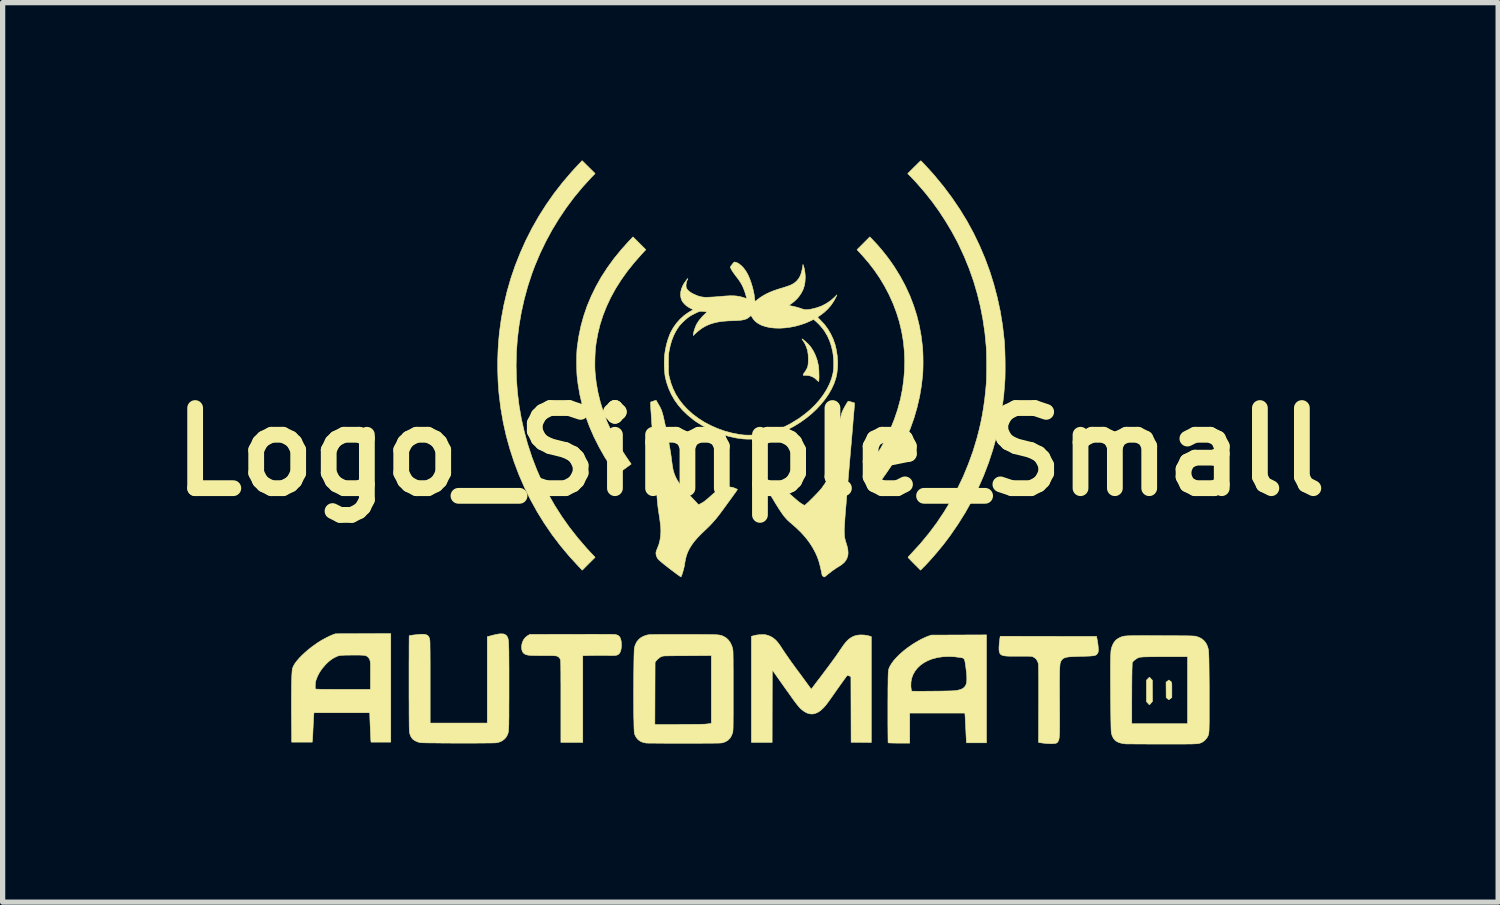
<source format=kicad_pcb>
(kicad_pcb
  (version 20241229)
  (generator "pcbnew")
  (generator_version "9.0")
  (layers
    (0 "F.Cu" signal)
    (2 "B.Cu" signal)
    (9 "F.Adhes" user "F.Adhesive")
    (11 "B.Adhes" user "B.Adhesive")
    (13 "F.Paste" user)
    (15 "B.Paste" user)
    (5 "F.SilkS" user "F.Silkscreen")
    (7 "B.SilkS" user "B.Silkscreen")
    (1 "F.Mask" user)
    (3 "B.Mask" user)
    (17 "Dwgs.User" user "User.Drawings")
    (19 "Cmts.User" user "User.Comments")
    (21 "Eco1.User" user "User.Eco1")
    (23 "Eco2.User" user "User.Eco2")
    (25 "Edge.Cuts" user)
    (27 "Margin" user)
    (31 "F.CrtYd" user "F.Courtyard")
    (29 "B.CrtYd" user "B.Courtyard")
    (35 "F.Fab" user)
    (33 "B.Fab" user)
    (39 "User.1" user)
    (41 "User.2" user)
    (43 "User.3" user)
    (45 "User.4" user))
  (footprint "Logo_Simple_Small"
    (layer "F.Cu")
    (at 11.22 5.544)
    (property "Reference" "Logo_Simple_Small" (at 0 0 0) (layer "F.SilkS") (effects (font (size 1.524 1.524) (thickness 0.3))))
    (attr through_hole)
    (fp_poly (pts (xy 7.644 4.343) (xy 7.645 4.543) (xy 7.646 4.744) (xy 7.619 4.775) (xy 7.605 4.791) (xy 7.594 4.803) (xy 7.588 4.807) (xy 7.581 4.803) (xy 7.57 4.791) (xy 7.557 4.777) (xy 7.531 4.748) (xy 7.531 4.34) (xy 7.56 4.311) (xy 7.589 4.283) (xy 7.644 4.343)) (stroke (width 0.01) (type solid)) (fill yes) (layer "F.SilkS"))
    (fp_poly (pts (xy 7.975 4.35) (xy 7.987 4.359) (xy 7.997 4.366) (xy 8.003 4.374) (xy 8.008 4.383) (xy 8.011 4.396) (xy 8.013 4.415) (xy 8.014 4.441) (xy 8.014 4.475) (xy 8.014 4.521) (xy 8.014 4.671) (xy 7.987 4.691) (xy 7.971 4.703) (xy 7.96 4.71) (xy 7.956 4.712) (xy 7.95 4.708) (xy 7.937 4.698) (xy 7.929 4.691) (xy 7.906 4.67) (xy 7.905 4.524) (xy 7.904 4.378) (xy 7.931 4.358) (xy 7.958 4.337) (xy 7.975 4.35)) (stroke (width 0.01) (type solid)) (fill yes) (layer "F.SilkS"))
    (fp_poly (pts (xy 0.988 -2.146) (xy 1.002 -2.137) (xy 1.02 -2.123) (xy 1.04 -2.106) (xy 1.062 -2.086) (xy 1.084 -2.066) (xy 1.09 -2.061) (xy 1.147 -1.996) (xy 1.196 -1.921) (xy 1.236 -1.838) (xy 1.269 -1.747) (xy 1.292 -1.648) (xy 1.293 -1.643) (xy 1.297 -1.619) (xy 1.299 -1.587) (xy 1.302 -1.551) (xy 1.303 -1.511) (xy 1.304 -1.472) (xy 1.305 -1.433) (xy 1.304 -1.399) (xy 1.303 -1.371) (xy 1.301 -1.351) (xy 1.299 -1.341) (xy 1.299 -1.34) (xy 1.291 -1.341) (xy 1.277 -1.353) (xy 1.262 -1.368) (xy 1.222 -1.404) (xy 1.175 -1.431) (xy 1.123 -1.449) (xy 1.068 -1.456) (xy 1.038 -1.456) (xy 1.018 -1.455) (xy 1.008 -1.456) (xy 1.004 -1.461) (xy 1.003 -1.466) (xy 1.007 -1.477) (xy 1.016 -1.494) (xy 1.03 -1.514) (xy 1.031 -1.515) (xy 1.053 -1.547) (xy 1.07 -1.576) (xy 1.083 -1.603) (xy 1.092 -1.632) (xy 1.097 -1.665) (xy 1.1 -1.704) (xy 1.101 -1.753) (xy 1.101 -1.772) (xy 1.098 -1.854) (xy 1.086 -1.928) (xy 1.065 -1.996) (xy 1.035 -2.061) (xy 1.012 -2.099) (xy 0.999 -2.119) (xy 0.988 -2.136) (xy 0.982 -2.146) (xy 0.982 -2.146) (xy 0.981 -2.15) (xy 0.988 -2.146)) (stroke (width 0.01) (type solid)) (fill yes) (layer "F.SilkS"))
    (fp_poly (pts (xy -3.077 -5.417) (xy -2.953 -5.294) (xy -3.025 -5.22) (xy -3.193 -5.036) (xy -3.352 -4.844) (xy -3.502 -4.643) (xy -3.642 -4.435) (xy -3.773 -4.22) (xy -3.892 -3.999) (xy -4.001 -3.773) (xy -4.099 -3.541) (xy -4.156 -3.389) (xy -4.235 -3.147) (xy -4.302 -2.901) (xy -4.357 -2.653) (xy -4.4 -2.403) (xy -4.431 -2.152) (xy -4.449 -1.899) (xy -4.455 -1.646) (xy -4.449 -1.392) (xy -4.431 -1.139) (xy -4.4 -0.887) (xy -4.357 -0.636) (xy -4.301 -0.388) (xy -4.234 -0.141) (xy -4.232 -0.137) (xy -4.153 0.105) (xy -4.062 0.341) (xy -3.96 0.571) (xy -3.847 0.796) (xy -3.723 1.015) (xy -3.587 1.228) (xy -3.44 1.436) (xy -3.281 1.638) (xy -3.111 1.835) (xy -3.031 1.922) (xy -2.953 2.004) (xy -3.076 2.126) (xy -3.198 2.249) (xy -3.264 2.18) (xy -3.443 1.985) (xy -3.612 1.783) (xy -3.771 1.574) (xy -3.919 1.358) (xy -4.056 1.136) (xy -4.182 0.908) (xy -4.297 0.675) (xy -4.401 0.436) (xy -4.493 0.193) (xy -4.574 -0.056) (xy -4.644 -0.308) (xy -4.701 -0.564) (xy -4.746 -0.824) (xy -4.779 -1.087) (xy -4.784 -1.14) (xy -4.798 -1.333) (xy -4.805 -1.533) (xy -4.806 -1.736) (xy -4.799 -1.94) (xy -4.785 -2.14) (xy -4.772 -2.28) (xy -4.736 -2.539) (xy -4.688 -2.796) (xy -4.628 -3.05) (xy -4.556 -3.3) (xy -4.472 -3.546) (xy -4.376 -3.787) (xy -4.27 -4.024) (xy -4.152 -4.256) (xy -4.023 -4.483) (xy -3.883 -4.703) (xy -3.732 -4.918) (xy -3.571 -5.125) (xy -3.399 -5.326) (xy -3.272 -5.464) (xy -3.2 -5.539) (xy -3.077 -5.417)) (stroke (width 0.01) (type solid)) (fill yes) (layer "F.SilkS"))
    (fp_poly (pts (xy 2.337 -4.021) (xy 2.418 -3.934) (xy 2.501 -3.837) (xy 2.583 -3.735) (xy 2.66 -3.631) (xy 2.732 -3.527) (xy 2.74 -3.515) (xy 2.849 -3.338) (xy 2.946 -3.157) (xy 3.031 -2.973) (xy 3.103 -2.785) (xy 3.164 -2.594) (xy 3.212 -2.399) (xy 3.248 -2.199) (xy 3.273 -1.995) (xy 3.273 -1.99) (xy 3.277 -1.939) (xy 3.28 -1.878) (xy 3.282 -1.812) (xy 3.283 -1.741) (xy 3.283 -1.671) (xy 3.282 -1.603) (xy 3.28 -1.54) (xy 3.277 -1.487) (xy 3.276 -1.473) (xy 3.253 -1.264) (xy 3.218 -1.056) (xy 3.17 -0.849) (xy 3.111 -0.644) (xy 3.039 -0.442) (xy 2.955 -0.243) (xy 2.859 -0.048) (xy 2.752 0.144) (xy 2.679 0.263) (xy 2.658 0.295) (xy 2.632 0.333) (xy 2.605 0.373) (xy 2.577 0.413) (xy 2.55 0.452) (xy 2.525 0.486) (xy 2.504 0.515) (xy 2.491 0.532) (xy 2.48 0.546) (xy 2.356 0.45) (xy 2.321 0.423) (xy 2.289 0.398) (xy 2.261 0.376) (xy 2.239 0.359) (xy 2.225 0.347) (xy 2.22 0.343) (xy 2.215 0.338) (xy 2.214 0.332) (xy 2.216 0.325) (xy 2.223 0.313) (xy 2.235 0.295) (xy 2.254 0.269) (xy 2.259 0.262) (xy 2.374 0.096) (xy 2.48 -0.076) (xy 2.576 -0.253) (xy 2.662 -0.434) (xy 2.736 -0.619) (xy 2.799 -0.804) (xy 2.85 -0.991) (xy 2.855 -1.013) (xy 2.89 -1.189) (xy 2.915 -1.37) (xy 2.93 -1.552) (xy 2.934 -1.733) (xy 2.927 -1.912) (xy 2.91 -2.087) (xy 2.908 -2.102) (xy 2.876 -2.29) (xy 2.833 -2.472) (xy 2.778 -2.65) (xy 2.712 -2.824) (xy 2.633 -2.998) (xy 2.632 -3) (xy 2.549 -3.157) (xy 2.459 -3.307) (xy 2.36 -3.452) (xy 2.251 -3.594) (xy 2.131 -3.733) (xy 2.092 -3.776) (xy 2.027 -3.846) (xy 2.149 -3.968) (xy 2.271 -4.09) (xy 2.337 -4.021)) (stroke (width 0.01) (type solid)) (fill yes) (layer "F.SilkS"))
    (fp_poly (pts (xy -2.956 3.467) (xy -2.874 3.468) (xy -2.803 3.468) (xy -2.742 3.468) (xy -2.691 3.469) (xy -2.649 3.469) (xy -2.615 3.47) (xy -2.591 3.471) (xy -2.574 3.472) (xy -2.564 3.473) (xy -2.564 3.473) (xy -2.528 3.484) (xy -2.501 3.501) (xy -2.481 3.526) (xy -2.467 3.559) (xy -2.457 3.603) (xy -2.456 3.613) (xy -2.452 3.666) (xy -2.454 3.717) (xy -2.462 3.762) (xy -2.474 3.801) (xy -2.49 3.83) (xy -2.507 3.847) (xy -2.522 3.856) (xy -2.539 3.864) (xy -2.56 3.868) (xy -2.586 3.871) (xy -2.62 3.872) (xy -2.663 3.872) (xy -2.701 3.87) (xy -2.741 3.869) (xy -2.791 3.869) (xy -2.846 3.869) (xy -2.904 3.869) (xy -2.962 3.87) (xy -3.004 3.87) (xy -3.188 3.875) (xy -3.188 5.524) (xy -3.604 5.524) (xy -3.604 4.751) (xy -3.604 4.629) (xy -3.604 4.519) (xy -3.604 4.421) (xy -3.605 4.334) (xy -3.605 4.257) (xy -3.605 4.191) (xy -3.606 4.133) (xy -3.606 4.085) (xy -3.607 4.045) (xy -3.608 4.013) (xy -3.609 3.988) (xy -3.61 3.97) (xy -3.611 3.958) (xy -3.612 3.952) (xy -3.628 3.92) (xy -3.653 3.895) (xy -3.686 3.88) (xy -3.687 3.88) (xy -3.702 3.878) (xy -3.724 3.876) (xy -3.756 3.874) (xy -3.798 3.873) (xy -3.85 3.873) (xy -3.915 3.873) (xy -3.941 3.873) (xy -4.013 3.873) (xy -4.074 3.872) (xy -4.125 3.871) (xy -4.166 3.87) (xy -4.2 3.867) (xy -4.228 3.864) (xy -4.25 3.859) (xy -4.269 3.854) (xy -4.285 3.847) (xy -4.285 3.847) (xy -4.315 3.826) (xy -4.336 3.796) (xy -4.348 3.757) (xy -4.352 3.709) (xy -4.349 3.672) (xy -4.336 3.618) (xy -4.313 3.57) (xy -4.28 3.528) (xy -4.238 3.495) (xy -4.228 3.489) (xy -4.194 3.47) (xy -3.396 3.468) (xy -3.268 3.468) (xy -3.152 3.468) (xy -3.048 3.467) (xy -2.956 3.467)) (stroke (width 0.01) (type solid)) (fill yes) (layer "F.SilkS"))
    (fp_poly (pts (xy -2.111 -3.968) (xy -1.989 -3.846) (xy -2.072 -3.757) (xy -2.213 -3.596) (xy -2.343 -3.434) (xy -2.459 -3.271) (xy -2.564 -3.105) (xy -2.656 -2.937) (xy -2.736 -2.767) (xy -2.804 -2.595) (xy -2.86 -2.419) (xy -2.903 -2.242) (xy -2.935 -2.061) (xy -2.943 -2) (xy -2.948 -1.949) (xy -2.952 -1.889) (xy -2.955 -1.823) (xy -2.957 -1.753) (xy -2.958 -1.683) (xy -2.958 -1.616) (xy -2.956 -1.556) (xy -2.953 -1.511) (xy -2.933 -1.323) (xy -2.9 -1.136) (xy -2.855 -0.95) (xy -2.798 -0.766) (xy -2.729 -0.582) (xy -2.647 -0.4) (xy -2.553 -0.218) (xy -2.446 -0.036) (xy -2.373 0.076) (xy -2.351 0.108) (xy -2.33 0.14) (xy -2.311 0.167) (xy -2.296 0.189) (xy -2.291 0.196) (xy -2.278 0.213) (xy -2.27 0.226) (xy -2.268 0.231) (xy -2.273 0.235) (xy -2.288 0.246) (xy -2.31 0.262) (xy -2.338 0.282) (xy -2.37 0.306) (xy -2.402 0.329) (xy -2.439 0.356) (xy -2.471 0.38) (xy -2.5 0.4) (xy -2.522 0.415) (xy -2.537 0.425) (xy -2.542 0.429) (xy -2.551 0.426) (xy -2.56 0.417) (xy -2.566 0.408) (xy -2.579 0.39) (xy -2.596 0.365) (xy -2.616 0.335) (xy -2.639 0.302) (xy -2.643 0.295) (xy -2.767 0.103) (xy -2.877 -0.091) (xy -2.976 -0.288) (xy -3.062 -0.485) (xy -3.135 -0.685) (xy -3.196 -0.887) (xy -3.244 -1.09) (xy -3.279 -1.296) (xy -3.293 -1.407) (xy -3.298 -1.458) (xy -3.301 -1.519) (xy -3.303 -1.587) (xy -3.305 -1.658) (xy -3.305 -1.732) (xy -3.304 -1.803) (xy -3.302 -1.871) (xy -3.299 -1.932) (xy -3.295 -1.983) (xy -3.294 -1.991) (xy -3.265 -2.191) (xy -3.224 -2.389) (xy -3.171 -2.583) (xy -3.106 -2.773) (xy -3.028 -2.96) (xy -2.938 -3.144) (xy -2.837 -3.324) (xy -2.722 -3.501) (xy -2.596 -3.675) (xy -2.457 -3.845) (xy -2.313 -4.006) (xy -2.233 -4.09) (xy -2.111 -3.968)) (stroke (width 0.01) (type solid)) (fill yes) (layer "F.SilkS"))
    (fp_poly (pts (xy 0.263 3.474) (xy 0.284 3.476) (xy 0.305 3.481) (xy 0.327 3.487) (xy 0.381 3.507) (xy 0.431 3.537) (xy 0.479 3.576) (xy 0.524 3.626) (xy 0.569 3.688) (xy 0.578 3.702) (xy 0.619 3.766) (xy 0.667 3.837) (xy 0.72 3.913) (xy 0.775 3.992) (xy 0.832 4.07) (xy 0.862 4.112) (xy 0.897 4.158) (xy 0.936 4.211) (xy 0.977 4.266) (xy 1.016 4.32) (xy 1.052 4.368) (xy 1.059 4.379) (xy 1.157 4.512) (xy 1.282 4.347) (xy 1.344 4.266) (xy 1.398 4.194) (xy 1.446 4.13) (xy 1.488 4.074) (xy 1.525 4.024) (xy 1.558 3.979) (xy 1.587 3.939) (xy 1.613 3.903) (xy 1.637 3.869) (xy 1.659 3.837) (xy 1.681 3.806) (xy 1.701 3.775) (xy 1.723 3.743) (xy 1.731 3.731) (xy 1.778 3.664) (xy 1.823 3.608) (xy 1.868 3.564) (xy 1.915 3.53) (xy 1.963 3.505) (xy 2.014 3.489) (xy 2.069 3.481) (xy 2.105 3.48) (xy 2.162 3.482) (xy 2.213 3.489) (xy 2.265 3.502) (xy 2.299 3.512) (xy 2.299 5.525) (xy 2.107 5.523) (xy 1.915 5.521) (xy 1.911 4.273) (xy 1.882 4.261) (xy 1.864 4.253) (xy 1.849 4.249) (xy 1.845 4.248) (xy 1.841 4.251) (xy 1.833 4.26) (xy 1.821 4.276) (xy 1.804 4.299) (xy 1.782 4.329) (xy 1.755 4.367) (xy 1.722 4.413) (xy 1.683 4.467) (xy 1.638 4.531) (xy 1.587 4.604) (xy 1.529 4.686) (xy 1.477 4.759) (xy 1.436 4.813) (xy 1.393 4.862) (xy 1.35 4.903) (xy 1.308 4.936) (xy 1.274 4.956) (xy 1.224 4.976) (xy 1.175 4.984) (xy 1.126 4.98) (xy 1.077 4.965) (xy 1.026 4.938) (xy 0.975 4.9) (xy 0.962 4.888) (xy 0.948 4.875) (xy 0.933 4.859) (xy 0.917 4.84) (xy 0.898 4.818) (xy 0.876 4.79) (xy 0.851 4.757) (xy 0.822 4.718) (xy 0.789 4.672) (xy 0.75 4.617) (xy 0.705 4.554) (xy 0.653 4.482) (xy 0.641 4.464) (xy 0.416 4.146) (xy 0.414 4.835) (xy 0.413 5.524) (xy 0.019 5.524) (xy 0.019 3.507) (xy 0.071 3.492) (xy 0.117 3.482) (xy 0.171 3.476) (xy 0.201 3.475) (xy 0.236 3.474) (xy 0.263 3.474)) (stroke (width 0.01) (type solid)) (fill yes) (layer "F.SilkS"))
    (fp_poly (pts (xy 3.245 -5.533) (xy 3.258 -5.52) (xy 3.278 -5.5) (xy 3.302 -5.475) (xy 3.329 -5.446) (xy 3.359 -5.413) (xy 3.391 -5.379) (xy 3.422 -5.344) (xy 3.453 -5.31) (xy 3.481 -5.279) (xy 3.505 -5.251) (xy 3.675 -5.044) (xy 3.834 -4.831) (xy 3.982 -4.613) (xy 4.119 -4.389) (xy 4.244 -4.159) (xy 4.357 -3.924) (xy 4.459 -3.684) (xy 4.55 -3.439) (xy 4.628 -3.189) (xy 4.695 -2.934) (xy 4.751 -2.675) (xy 4.794 -2.411) (xy 4.825 -2.143) (xy 4.83 -2.095) (xy 4.833 -2.046) (xy 4.836 -1.986) (xy 4.839 -1.918) (xy 4.841 -1.845) (xy 4.843 -1.767) (xy 4.844 -1.688) (xy 4.844 -1.61) (xy 4.844 -1.535) (xy 4.843 -1.465) (xy 4.842 -1.403) (xy 4.839 -1.351) (xy 4.839 -1.348) (xy 4.818 -1.08) (xy 4.784 -0.816) (xy 4.739 -0.556) (xy 4.681 -0.299) (xy 4.611 -0.046) (xy 4.53 0.202) (xy 4.437 0.446) (xy 4.332 0.686) (xy 4.216 0.92) (xy 4.088 1.149) (xy 3.948 1.373) (xy 3.798 1.591) (xy 3.715 1.702) (xy 3.667 1.764) (xy 3.613 1.83) (xy 3.557 1.898) (xy 3.499 1.966) (xy 3.442 2.031) (xy 3.386 2.093) (xy 3.335 2.148) (xy 3.288 2.195) (xy 3.282 2.202) (xy 3.235 2.248) (xy 3.116 2.129) (xy 3.084 2.097) (xy 3.056 2.068) (xy 3.032 2.043) (xy 3.013 2.023) (xy 3.001 2.01) (xy 2.997 2.004) (xy 3.001 1.998) (xy 3.013 1.984) (xy 3.03 1.965) (xy 3.051 1.943) (xy 3.057 1.936) (xy 3.23 1.747) (xy 3.392 1.551) (xy 3.545 1.347) (xy 3.686 1.136) (xy 3.817 0.919) (xy 3.938 0.696) (xy 4.047 0.467) (xy 4.144 0.232) (xy 4.231 -0.007) (xy 4.305 -0.251) (xy 4.344 -0.401) (xy 4.379 -0.55) (xy 4.409 -0.699) (xy 4.434 -0.851) (xy 4.456 -1.009) (xy 4.474 -1.175) (xy 4.484 -1.292) (xy 4.487 -1.329) (xy 4.489 -1.376) (xy 4.49 -1.432) (xy 4.491 -1.495) (xy 4.492 -1.562) (xy 4.492 -1.632) (xy 4.492 -1.702) (xy 4.491 -1.771) (xy 4.49 -1.836) (xy 4.489 -1.895) (xy 4.487 -1.947) (xy 4.485 -1.989) (xy 4.484 -2) (xy 4.459 -2.261) (xy 4.422 -2.515) (xy 4.374 -2.764) (xy 4.314 -3.008) (xy 4.244 -3.247) (xy 4.161 -3.482) (xy 4.067 -3.714) (xy 3.961 -3.942) (xy 3.932 -4) (xy 3.826 -4.197) (xy 3.71 -4.39) (xy 3.586 -4.58) (xy 3.454 -4.763) (xy 3.315 -4.938) (xy 3.171 -5.104) (xy 3.069 -5.214) (xy 2.991 -5.293) (xy 3.113 -5.415) (xy 3.146 -5.447) (xy 3.175 -5.476) (xy 3.2 -5.501) (xy 3.22 -5.52) (xy 3.234 -5.533) (xy 3.24 -5.537) (xy 3.24 -5.537) (xy 3.245 -5.533)) (stroke (width 0.01) (type solid)) (fill yes) (layer "F.SilkS"))
    (fp_poly (pts (xy -6.839 5.518) (xy -7.213 5.518) (xy -7.216 5.504) (xy -7.217 5.495) (xy -7.218 5.475) (xy -7.22 5.446) (xy -7.221 5.409) (xy -7.224 5.367) (xy -7.226 5.32) (xy -7.228 5.27) (xy -7.23 5.219) (xy -7.232 5.169) (xy -7.234 5.121) (xy -7.236 5.077) (xy -7.237 5.039) (xy -7.238 5.008) (xy -7.239 4.986) (xy -7.239 4.977) (xy -7.239 4.959) (xy -8.299 4.959) (xy -8.302 4.986) (xy -8.303 4.999) (xy -8.305 5.023) (xy -8.307 5.056) (xy -8.309 5.096) (xy -8.311 5.143) (xy -8.314 5.193) (xy -8.315 5.226) (xy -8.318 5.279) (xy -8.32 5.329) (xy -8.322 5.375) (xy -8.325 5.416) (xy -8.326 5.448) (xy -8.328 5.471) (xy -8.329 5.478) (xy -8.332 5.518) (xy -8.723 5.518) (xy -8.727 5.075) (xy -8.728 4.962) (xy -8.728 4.852) (xy -8.728 4.747) (xy -8.728 4.647) (xy -8.727 4.554) (xy -8.726 4.468) (xy -8.726 4.467) (xy -8.276 4.467) (xy -8.275 4.49) (xy -8.273 4.505) (xy -8.271 4.508) (xy -8.267 4.509) (xy -8.255 4.51) (xy -8.235 4.511) (xy -8.207 4.512) (xy -8.17 4.513) (xy -8.123 4.514) (xy -8.066 4.514) (xy -7.999 4.514) (xy -7.92 4.515) (xy -7.829 4.515) (xy -7.747 4.515) (xy -7.226 4.515) (xy -7.225 4.285) (xy -7.225 4.23) (xy -7.225 4.178) (xy -7.225 4.131) (xy -7.225 4.089) (xy -7.225 4.056) (xy -7.225 4.032) (xy -7.225 4.02) (xy -7.232 3.972) (xy -7.246 3.934) (xy -7.269 3.904) (xy -7.271 3.903) (xy -7.283 3.892) (xy -7.295 3.884) (xy -7.309 3.877) (xy -7.325 3.872) (xy -7.346 3.868) (xy -7.372 3.866) (xy -7.405 3.864) (xy -7.447 3.863) (xy -7.498 3.863) (xy -7.56 3.863) (xy -7.579 3.863) (xy -7.641 3.864) (xy -7.691 3.864) (xy -7.733 3.866) (xy -7.766 3.867) (xy -7.793 3.87) (xy -7.816 3.873) (xy -7.836 3.878) (xy -7.854 3.884) (xy -7.873 3.893) (xy -7.894 3.903) (xy -7.906 3.908) (xy -7.949 3.933) (xy -7.991 3.963) (xy -8.036 4.001) (xy -8.081 4.046) (xy -8.142 4.117) (xy -8.193 4.191) (xy -8.233 4.267) (xy -8.262 4.344) (xy -8.265 4.357) (xy -8.27 4.38) (xy -8.273 4.408) (xy -8.275 4.438) (xy -8.276 4.467) (xy -8.726 4.467) (xy -8.725 4.389) (xy -8.723 4.318) (xy -8.721 4.257) (xy -8.718 4.205) (xy -8.715 4.165) (xy -8.712 4.135) (xy -8.709 4.118) (xy -8.692 4.076) (xy -8.665 4.028) (xy -8.628 3.978) (xy -8.582 3.924) (xy -8.528 3.868) (xy -8.468 3.812) (xy -8.402 3.755) (xy -8.331 3.7) (xy -8.255 3.646) (xy -8.223 3.624) (xy -8.175 3.594) (xy -8.123 3.564) (xy -8.069 3.535) (xy -8.017 3.509) (xy -7.969 3.487) (xy -7.931 3.472) (xy -7.89 3.458) (xy -7.364 3.456) (xy -6.839 3.454) (xy -6.839 5.518)) (stroke (width 0.01) (type solid)) (fill yes) (layer "F.SilkS"))
    (fp_poly (pts (xy 4.489 5.531) (xy 4.11 5.531) (xy 4.106 5.482) (xy 4.105 5.463) (xy 4.103 5.434) (xy 4.101 5.397) (xy 4.099 5.352) (xy 4.097 5.302) (xy 4.094 5.249) (xy 4.092 5.213) (xy 4.09 5.161) (xy 4.087 5.113) (xy 4.085 5.07) (xy 4.083 5.033) (xy 4.081 5.005) (xy 4.08 4.986) (xy 4.079 4.98) (xy 4.076 4.966) (xy 3.029 4.966) (xy 3.029 5.537) (xy 2.826 5.537) (xy 2.761 5.537) (xy 2.709 5.536) (xy 2.669 5.535) (xy 2.641 5.534) (xy 2.624 5.532) (xy 2.619 5.53) (xy 2.618 5.523) (xy 2.617 5.503) (xy 2.617 5.473) (xy 2.616 5.434) (xy 2.616 5.386) (xy 2.615 5.33) (xy 2.615 5.268) (xy 2.614 5.2) (xy 2.614 5.128) (xy 2.614 5.052) (xy 2.614 4.974) (xy 2.614 4.895) (xy 2.614 4.815) (xy 2.614 4.736) (xy 2.615 4.659) (xy 2.615 4.584) (xy 2.615 4.514) (xy 2.616 4.448) (xy 2.616 4.447) (xy 3.051 4.447) (xy 3.054 4.486) (xy 3.058 4.512) (xy 3.061 4.533) (xy 3.064 4.546) (xy 3.065 4.548) (xy 3.071 4.549) (xy 3.09 4.55) (xy 3.118 4.55) (xy 3.155 4.551) (xy 3.2 4.551) (xy 3.251 4.551) (xy 3.307 4.551) (xy 3.366 4.55) (xy 3.428 4.55) (xy 3.491 4.549) (xy 3.554 4.549) (xy 3.615 4.548) (xy 3.673 4.547) (xy 3.727 4.546) (xy 3.776 4.545) (xy 3.818 4.544) (xy 3.852 4.542) (xy 3.877 4.541) (xy 3.89 4.54) (xy 3.949 4.53) (xy 3.998 4.517) (xy 4.037 4.499) (xy 4.067 4.476) (xy 4.089 4.447) (xy 4.105 4.411) (xy 4.112 4.379) (xy 4.115 4.336) (xy 4.115 4.282) (xy 4.111 4.219) (xy 4.103 4.146) (xy 4.095 4.084) (xy 4.088 4.035) (xy 4.082 3.997) (xy 4.076 3.968) (xy 4.07 3.948) (xy 4.061 3.933) (xy 4.05 3.924) (xy 4.035 3.918) (xy 4.016 3.913) (xy 3.991 3.909) (xy 3.991 3.909) (xy 3.882 3.895) (xy 3.774 3.89) (xy 3.669 3.894) (xy 3.57 3.907) (xy 3.544 3.913) (xy 3.454 3.937) (xy 3.372 3.969) (xy 3.298 4.009) (xy 3.232 4.056) (xy 3.176 4.109) (xy 3.13 4.168) (xy 3.094 4.231) (xy 3.068 4.299) (xy 3.054 4.371) (xy 3.051 4.447) (xy 2.616 4.447) (xy 2.617 4.388) (xy 2.617 4.334) (xy 2.618 4.289) (xy 2.619 4.253) (xy 2.62 4.226) (xy 2.62 4.213) (xy 2.623 4.177) (xy 2.627 4.151) (xy 2.631 4.13) (xy 2.637 4.112) (xy 2.645 4.093) (xy 2.65 4.082) (xy 2.683 4.026) (xy 2.726 3.967) (xy 2.781 3.906) (xy 2.844 3.843) (xy 2.917 3.78) (xy 2.997 3.718) (xy 3.084 3.658) (xy 3.138 3.624) (xy 3.197 3.59) (xy 3.256 3.558) (xy 3.314 3.531) (xy 3.366 3.509) (xy 3.388 3.501) (xy 3.439 3.483) (xy 3.964 3.481) (xy 4.489 3.479) (xy 4.489 5.531)) (stroke (width 0.01) (type solid)) (fill yes) (layer "F.SilkS"))
    (fp_poly (pts (xy 5.666 3.507) (xy 6.582 3.508) (xy 6.596 3.581) (xy 6.604 3.627) (xy 6.61 3.672) (xy 6.614 3.716) (xy 6.616 3.754) (xy 6.616 3.784) (xy 6.614 3.799) (xy 6.607 3.82) (xy 6.595 3.84) (xy 6.594 3.841) (xy 6.585 3.851) (xy 6.575 3.859) (xy 6.563 3.865) (xy 6.547 3.871) (xy 6.527 3.875) (xy 6.5 3.878) (xy 6.466 3.881) (xy 6.423 3.883) (xy 6.37 3.885) (xy 6.305 3.887) (xy 6.302 3.887) (xy 6.249 3.888) (xy 6.197 3.89) (xy 6.15 3.892) (xy 6.108 3.894) (xy 6.074 3.896) (xy 6.05 3.898) (xy 6.04 3.899) (xy 5.993 3.909) (xy 5.955 3.924) (xy 5.927 3.947) (xy 5.906 3.977) (xy 5.896 4.001) (xy 5.892 4.012) (xy 5.889 4.026) (xy 5.887 4.044) (xy 5.885 4.065) (xy 5.883 4.092) (xy 5.881 4.124) (xy 5.88 4.162) (xy 5.879 4.208) (xy 5.878 4.261) (xy 5.878 4.323) (xy 5.877 4.394) (xy 5.877 4.475) (xy 5.878 4.566) (xy 5.878 4.669) (xy 5.879 4.775) (xy 5.879 4.882) (xy 5.88 4.977) (xy 5.88 5.06) (xy 5.88 5.133) (xy 5.88 5.197) (xy 5.879 5.252) (xy 5.879 5.299) (xy 5.878 5.339) (xy 5.877 5.372) (xy 5.875 5.4) (xy 5.873 5.423) (xy 5.871 5.442) (xy 5.868 5.457) (xy 5.865 5.471) (xy 5.861 5.482) (xy 5.857 5.493) (xy 5.855 5.496) (xy 5.845 5.515) (xy 5.831 5.529) (xy 5.813 5.539) (xy 5.787 5.544) (xy 5.752 5.547) (xy 5.731 5.548) (xy 5.692 5.547) (xy 5.648 5.545) (xy 5.606 5.542) (xy 5.591 5.54) (xy 5.56 5.536) (xy 5.532 5.533) (xy 5.51 5.529) (xy 5.5 5.528) (xy 5.479 5.524) (xy 5.481 4.786) (xy 5.481 4.669) (xy 5.481 4.564) (xy 5.481 4.47) (xy 5.481 4.387) (xy 5.481 4.314) (xy 5.481 4.252) (xy 5.48 4.198) (xy 5.48 4.152) (xy 5.479 4.114) (xy 5.479 4.084) (xy 5.478 4.06) (xy 5.477 4.042) (xy 5.476 4.029) (xy 5.475 4.021) (xy 5.474 4.02) (xy 5.458 3.976) (xy 5.436 3.942) (xy 5.407 3.916) (xy 5.376 3.898) (xy 5.368 3.895) (xy 5.361 3.892) (xy 5.354 3.89) (xy 5.345 3.888) (xy 5.334 3.887) (xy 5.319 3.886) (xy 5.298 3.885) (xy 5.272 3.885) (xy 5.237 3.884) (xy 5.194 3.885) (xy 5.141 3.885) (xy 5.077 3.885) (xy 5.058 3.885) (xy 4.993 3.885) (xy 4.94 3.885) (xy 4.897 3.883) (xy 4.862 3.881) (xy 4.834 3.878) (xy 4.811 3.874) (xy 4.792 3.868) (xy 4.776 3.861) (xy 4.775 3.861) (xy 4.756 3.847) (xy 4.742 3.828) (xy 4.733 3.803) (xy 4.728 3.769) (xy 4.727 3.726) (xy 4.73 3.673) (xy 4.733 3.635) (xy 4.737 3.601) (xy 4.741 3.569) (xy 4.744 3.543) (xy 4.747 3.526) (xy 4.747 3.523) (xy 4.751 3.505) (xy 5.666 3.507)) (stroke (width 0.01) (type solid)) (fill yes) (layer "F.SilkS"))
    (fp_poly (pts (xy -4.697 3.461) (xy -4.669 3.47) (xy -4.646 3.486) (xy -4.633 3.5) (xy -4.628 3.508) (xy -4.622 3.517) (xy -4.618 3.526) (xy -4.613 3.536) (xy -4.61 3.549) (xy -4.606 3.564) (xy -4.603 3.582) (xy -4.601 3.605) (xy -4.599 3.633) (xy -4.597 3.665) (xy -4.596 3.704) (xy -4.594 3.749) (xy -4.593 3.802) (xy -4.593 3.863) (xy -4.592 3.932) (xy -4.592 4.011) (xy -4.591 4.099) (xy -4.591 4.198) (xy -4.591 4.308) (xy -4.591 4.43) (xy -4.591 4.467) (xy -4.591 4.588) (xy -4.591 4.697) (xy -4.592 4.794) (xy -4.592 4.881) (xy -4.592 4.958) (xy -4.592 5.026) (xy -4.593 5.085) (xy -4.594 5.136) (xy -4.594 5.18) (xy -4.596 5.217) (xy -4.597 5.249) (xy -4.599 5.276) (xy -4.601 5.298) (xy -4.603 5.316) (xy -4.605 5.332) (xy -4.608 5.345) (xy -4.612 5.356) (xy -4.616 5.366) (xy -4.62 5.376) (xy -4.625 5.387) (xy -4.625 5.388) (xy -4.652 5.433) (xy -4.69 5.471) (xy -4.735 5.501) (xy -4.788 5.522) (xy -4.826 5.53) (xy -4.84 5.532) (xy -4.866 5.533) (xy -4.902 5.534) (xy -4.948 5.535) (xy -5.002 5.535) (xy -5.064 5.536) (xy -5.132 5.536) (xy -5.205 5.537) (xy -5.283 5.537) (xy -5.364 5.537) (xy -5.448 5.537) (xy -5.532 5.537) (xy -5.617 5.537) (xy -5.702 5.537) (xy -5.784 5.536) (xy -5.864 5.536) (xy -5.939 5.535) (xy -6.01 5.534) (xy -6.075 5.534) (xy -6.133 5.533) (xy -6.183 5.532) (xy -6.224 5.531) (xy -6.255 5.53) (xy -6.275 5.528) (xy -6.281 5.528) (xy -6.329 5.514) (xy -6.374 5.494) (xy -6.412 5.47) (xy -6.414 5.468) (xy -6.437 5.443) (xy -6.458 5.409) (xy -6.474 5.369) (xy -6.484 5.331) (xy -6.485 5.321) (xy -6.486 5.304) (xy -6.487 5.281) (xy -6.488 5.25) (xy -6.489 5.212) (xy -6.489 5.165) (xy -6.49 5.109) (xy -6.49 5.044) (xy -6.491 4.969) (xy -6.491 4.885) (xy -6.491 4.789) (xy -6.492 4.682) (xy -6.492 4.564) (xy -6.492 4.434) (xy -6.492 4.393) (xy -6.492 4.287) (xy -6.492 4.185) (xy -6.492 4.087) (xy -6.492 3.994) (xy -6.491 3.907) (xy -6.491 3.826) (xy -6.491 3.753) (xy -6.491 3.687) (xy -6.49 3.629) (xy -6.49 3.581) (xy -6.49 3.543) (xy -6.489 3.516) (xy -6.489 3.5) (xy -6.488 3.495) (xy -6.48 3.493) (xy -6.462 3.489) (xy -6.435 3.485) (xy -6.403 3.481) (xy -6.368 3.477) (xy -6.332 3.473) (xy -6.298 3.47) (xy -6.267 3.468) (xy -6.243 3.467) (xy -6.239 3.467) (xy -6.194 3.47) (xy -6.159 3.478) (xy -6.133 3.494) (xy -6.114 3.518) (xy -6.101 3.552) (xy -6.096 3.579) (xy -6.095 3.591) (xy -6.094 3.615) (xy -6.093 3.651) (xy -6.093 3.697) (xy -6.092 3.754) (xy -6.091 3.821) (xy -6.091 3.898) (xy -6.09 3.983) (xy -6.09 4.076) (xy -6.09 4.177) (xy -6.09 4.285) (xy -6.09 4.386) (xy -6.09 5.156) (xy -5.004 5.156) (xy -5.004 3.514) (xy -4.929 3.494) (xy -4.88 3.481) (xy -4.84 3.472) (xy -4.808 3.466) (xy -4.781 3.461) (xy -4.756 3.459) (xy -4.734 3.459) (xy -4.697 3.461)) (stroke (width 0.01) (type solid)) (fill yes) (layer "F.SilkS"))
    (fp_poly (pts (xy 1.868 -0.963) (xy 1.886 -0.959) (xy 1.908 -0.953) (xy 1.932 -0.946) (xy 1.954 -0.939) (xy 1.971 -0.934) (xy 1.98 -0.931) (xy 1.98 -0.93) (xy 1.98 -0.924) (xy 1.979 -0.905) (xy 1.977 -0.876) (xy 1.974 -0.836) (xy 1.97 -0.786) (xy 1.965 -0.728) (xy 1.959 -0.662) (xy 1.953 -0.589) (xy 1.947 -0.509) (xy 1.94 -0.424) (xy 1.932 -0.334) (xy 1.924 -0.24) (xy 1.919 -0.179) (xy 1.903 -0.002) (xy 1.889 0.162) (xy 1.876 0.315) (xy 1.864 0.457) (xy 1.853 0.587) (xy 1.843 0.707) (xy 1.833 0.817) (xy 1.825 0.917) (xy 1.818 1.008) (xy 1.811 1.089) (xy 1.805 1.163) (xy 1.8 1.228) (xy 1.796 1.285) (xy 1.793 1.335) (xy 1.79 1.378) (xy 1.788 1.415) (xy 1.786 1.445) (xy 1.785 1.47) (xy 1.784 1.49) (xy 1.784 1.496) (xy 1.786 1.557) (xy 1.79 1.61) (xy 1.799 1.659) (xy 1.812 1.708) (xy 1.822 1.738) (xy 1.841 1.801) (xy 1.853 1.86) (xy 1.857 1.913) (xy 1.855 1.958) (xy 1.855 1.958) (xy 1.84 2.012) (xy 1.816 2.061) (xy 1.781 2.104) (xy 1.734 2.144) (xy 1.686 2.175) (xy 1.619 2.217) (xy 1.546 2.269) (xy 1.476 2.324) (xy 1.449 2.346) (xy 1.43 2.362) (xy 1.417 2.372) (xy 1.408 2.376) (xy 1.401 2.377) (xy 1.395 2.374) (xy 1.387 2.369) (xy 1.386 2.368) (xy 1.372 2.357) (xy 1.363 2.343) (xy 1.363 2.342) (xy 1.347 2.262) (xy 1.331 2.192) (xy 1.316 2.131) (xy 1.3 2.075) (xy 1.282 2.024) (xy 1.263 1.975) (xy 1.241 1.926) (xy 1.229 1.902) (xy 1.176 1.805) (xy 1.114 1.711) (xy 1.043 1.62) (xy 0.962 1.53) (xy 0.87 1.441) (xy 0.781 1.363) (xy 0.748 1.335) (xy 0.717 1.307) (xy 0.688 1.278) (xy 0.66 1.246) (xy 0.632 1.212) (xy 0.603 1.172) (xy 0.572 1.127) (xy 0.537 1.074) (xy 0.499 1.013) (xy 0.456 0.943) (xy 0.445 0.924) (xy 0.421 0.884) (xy 0.398 0.847) (xy 0.377 0.814) (xy 0.36 0.786) (xy 0.348 0.766) (xy 0.342 0.758) (xy 0.332 0.741) (xy 0.325 0.729) (xy 0.324 0.725) (xy 0.33 0.719) (xy 0.346 0.711) (xy 0.372 0.702) (xy 0.404 0.692) (xy 0.419 0.688) (xy 0.468 0.681) (xy 0.52 0.682) (xy 0.571 0.692) (xy 0.592 0.698) (xy 0.63 0.716) (xy 0.671 0.741) (xy 0.718 0.775) (xy 0.77 0.818) (xy 0.803 0.847) (xy 0.856 0.894) (xy 0.901 0.932) (xy 0.939 0.962) (xy 0.973 0.985) (xy 0.999 1.001) (xy 1.029 1.017) (xy 1.059 0.993) (xy 1.081 0.973) (xy 1.11 0.947) (xy 1.143 0.914) (xy 1.18 0.878) (xy 1.217 0.84) (xy 1.254 0.802) (xy 1.289 0.765) (xy 1.32 0.731) (xy 1.345 0.702) (xy 1.362 0.681) (xy 1.363 0.679) (xy 1.418 0.6) (xy 1.462 0.522) (xy 1.497 0.443) (xy 1.524 0.362) (xy 1.529 0.34) (xy 1.535 0.309) (xy 1.541 0.271) (xy 1.548 0.231) (xy 1.553 0.197) (xy 1.576 0.043) (xy 1.604 -0.121) (xy 1.637 -0.293) (xy 1.645 -0.333) (xy 1.663 -0.422) (xy 1.679 -0.498) (xy 1.694 -0.564) (xy 1.706 -0.62) (xy 1.718 -0.667) (xy 1.728 -0.706) (xy 1.737 -0.738) (xy 1.746 -0.763) (xy 1.754 -0.783) (xy 1.756 -0.787) (xy 1.768 -0.81) (xy 1.782 -0.838) (xy 1.798 -0.867) (xy 1.815 -0.896) (xy 1.83 -0.922) (xy 1.844 -0.944) (xy 1.854 -0.959) (xy 1.859 -0.965) (xy 1.86 -0.965) (xy 1.868 -0.963)) (stroke (width 0.01) (type solid)) (fill yes) (layer "F.SilkS"))
    (fp_poly (pts (xy -1.79 -0.977) (xy -1.782 -0.962) (xy -1.769 -0.941) (xy -1.755 -0.915) (xy -1.754 -0.914) (xy -1.733 -0.878) (xy -1.716 -0.847) (xy -1.702 -0.818) (xy -1.69 -0.79) (xy -1.68 -0.76) (xy -1.67 -0.727) (xy -1.659 -0.687) (xy -1.648 -0.639) (xy -1.638 -0.592) (xy -1.613 -0.48) (xy -1.591 -0.379) (xy -1.572 -0.286) (xy -1.555 -0.201) (xy -1.541 -0.122) (xy -1.528 -0.048) (xy -1.516 0.024) (xy -1.506 0.095) (xy -1.497 0.166) (xy -1.496 0.175) (xy -1.49 0.218) (xy -1.484 0.26) (xy -1.477 0.299) (xy -1.472 0.331) (xy -1.467 0.354) (xy -1.466 0.356) (xy -1.447 0.418) (xy -1.422 0.478) (xy -1.391 0.537) (xy -1.353 0.596) (xy -1.308 0.657) (xy -1.253 0.721) (xy -1.197 0.781) (xy -1.165 0.815) (xy -1.129 0.852) (xy -1.094 0.889) (xy -1.062 0.923) (xy -1.053 0.932) (xy -0.986 1.004) (xy -0.943 0.981) (xy -0.919 0.968) (xy -0.896 0.954) (xy -0.873 0.938) (xy -0.848 0.918) (xy -0.818 0.894) (xy -0.782 0.862) (xy -0.752 0.836) (xy -0.69 0.781) (xy -0.633 0.738) (xy -0.583 0.705) (xy -0.538 0.682) (xy -0.53 0.679) (xy -0.488 0.668) (xy -0.439 0.663) (xy -0.389 0.666) (xy -0.341 0.674) (xy -0.327 0.678) (xy -0.295 0.69) (xy -0.269 0.701) (xy -0.253 0.709) (xy -0.248 0.715) (xy -0.251 0.722) (xy -0.261 0.736) (xy -0.276 0.757) (xy -0.294 0.783) (xy -0.304 0.796) (xy -0.324 0.824) (xy -0.349 0.859) (xy -0.378 0.899) (xy -0.409 0.942) (xy -0.441 0.985) (xy -0.459 1.011) (xy -0.516 1.089) (xy -0.567 1.158) (xy -0.613 1.218) (xy -0.657 1.273) (xy -0.7 1.322) (xy -0.741 1.368) (xy -0.784 1.413) (xy -0.829 1.457) (xy -0.866 1.492) (xy -0.944 1.567) (xy -1.012 1.638) (xy -1.07 1.705) (xy -1.118 1.771) (xy -1.158 1.836) (xy -1.191 1.902) (xy -1.216 1.969) (xy -1.234 2.039) (xy -1.248 2.114) (xy -1.251 2.14) (xy -1.255 2.162) (xy -1.261 2.19) (xy -1.269 2.223) (xy -1.279 2.259) (xy -1.289 2.293) (xy -1.299 2.325) (xy -1.308 2.351) (xy -1.316 2.369) (xy -1.32 2.376) (xy -1.326 2.373) (xy -1.341 2.364) (xy -1.363 2.349) (xy -1.391 2.329) (xy -1.424 2.304) (xy -1.461 2.277) (xy -1.467 2.272) (xy -1.535 2.221) (xy -1.595 2.174) (xy -1.647 2.133) (xy -1.69 2.097) (xy -1.724 2.068) (xy -1.748 2.046) (xy -1.761 2.031) (xy -1.773 2.011) (xy -1.784 1.988) (xy -1.787 1.979) (xy -1.795 1.948) (xy -1.797 1.919) (xy -1.791 1.889) (xy -1.778 1.854) (xy -1.772 1.84) (xy -1.742 1.763) (xy -1.72 1.678) (xy -1.707 1.589) (xy -1.703 1.498) (xy -1.705 1.46) (xy -1.707 1.423) (xy -1.711 1.382) (xy -1.717 1.334) (xy -1.724 1.28) (xy -1.733 1.216) (xy -1.745 1.142) (xy -1.749 1.114) (xy -1.752 1.094) (xy -1.755 1.072) (xy -1.758 1.048) (xy -1.761 1.021) (xy -1.765 0.99) (xy -1.768 0.955) (xy -1.772 0.915) (xy -1.775 0.869) (xy -1.78 0.816) (xy -1.784 0.756) (xy -1.789 0.688) (xy -1.795 0.611) (xy -1.801 0.525) (xy -1.808 0.428) (xy -1.816 0.321) (xy -1.824 0.202) (xy -1.829 0.133) (xy -1.838 -0.003) (xy -1.847 -0.128) (xy -1.855 -0.241) (xy -1.862 -0.343) (xy -1.868 -0.435) (xy -1.874 -0.517) (xy -1.879 -0.59) (xy -1.883 -0.653) (xy -1.887 -0.709) (xy -1.89 -0.757) (xy -1.893 -0.798) (xy -1.895 -0.833) (xy -1.896 -0.862) (xy -1.898 -0.885) (xy -1.898 -0.904) (xy -1.899 -0.918) (xy -1.899 -0.929) (xy -1.899 -0.936) (xy -1.899 -0.942) (xy -1.898 -0.945) (xy -1.897 -0.946) (xy -1.897 -0.947) (xy -1.896 -0.948) (xy -1.887 -0.952) (xy -1.871 -0.958) (xy -1.851 -0.965) (xy -1.829 -0.972) (xy -1.81 -0.978) (xy -1.797 -0.982) (xy -1.794 -0.983) (xy -1.79 -0.977)) (stroke (width 0.01) (type solid)) (fill yes) (layer "F.SilkS"))
    (fp_poly (pts (xy 7.573 3.493) (xy 7.667 3.494) (xy 7.773 3.494) (xy 7.805 3.494) (xy 7.91 3.495) (xy 8.002 3.495) (xy 8.083 3.495) (xy 8.154 3.496) (xy 8.216 3.496) (xy 8.268 3.497) (xy 8.313 3.497) (xy 8.35 3.498) (xy 8.381 3.499) (xy 8.406 3.5) (xy 8.426 3.501) (xy 8.442 3.502) (xy 8.455 3.503) (xy 8.465 3.505) (xy 8.473 3.506) (xy 8.476 3.507) (xy 8.539 3.529) (xy 8.592 3.56) (xy 8.635 3.599) (xy 8.669 3.646) (xy 8.694 3.702) (xy 8.708 3.756) (xy 8.711 3.774) (xy 8.713 3.8) (xy 8.715 3.835) (xy 8.717 3.878) (xy 8.719 3.931) (xy 8.72 3.993) (xy 8.721 4.066) (xy 8.722 4.149) (xy 8.723 4.242) (xy 8.724 4.347) (xy 8.725 4.463) (xy 8.725 4.59) (xy 8.725 4.73) (xy 8.725 4.817) (xy 8.725 4.912) (xy 8.725 4.996) (xy 8.725 5.068) (xy 8.725 5.13) (xy 8.724 5.183) (xy 8.723 5.228) (xy 8.722 5.266) (xy 8.721 5.297) (xy 8.719 5.322) (xy 8.717 5.343) (xy 8.714 5.361) (xy 8.71 5.375) (xy 8.706 5.388) (xy 8.702 5.399) (xy 8.696 5.41) (xy 8.693 5.418) (xy 8.672 5.449) (xy 8.644 5.48) (xy 8.613 5.507) (xy 8.589 5.521) (xy 8.578 5.527) (xy 8.567 5.531) (xy 8.557 5.536) (xy 8.545 5.539) (xy 8.532 5.543) (xy 8.516 5.546) (xy 8.498 5.548) (xy 8.475 5.55) (xy 8.447 5.551) (xy 8.414 5.553) (xy 8.375 5.554) (xy 8.329 5.554) (xy 8.274 5.555) (xy 8.212 5.555) (xy 8.14 5.555) (xy 8.058 5.555) (xy 7.965 5.555) (xy 7.861 5.555) (xy 7.811 5.555) (xy 7.72 5.555) (xy 7.632 5.555) (xy 7.549 5.555) (xy 7.471 5.554) (xy 7.398 5.554) (xy 7.333 5.554) (xy 7.275 5.553) (xy 7.226 5.553) (xy 7.186 5.553) (xy 7.156 5.553) (xy 7.137 5.552) (xy 7.131 5.552) (xy 7.066 5.542) (xy 7.011 5.528) (xy 6.966 5.507) (xy 6.93 5.479) (xy 6.902 5.444) (xy 6.88 5.4) (xy 6.867 5.358) (xy 6.865 5.35) (xy 6.863 5.339) (xy 6.862 5.325) (xy 6.86 5.306) (xy 6.859 5.283) (xy 6.858 5.255) (xy 6.857 5.22) (xy 6.856 5.177) (xy 6.856 5.169) (xy 7.252 5.169) (xy 8.312 5.169) (xy 8.312 3.893) (xy 7.933 3.893) (xy 7.862 3.893) (xy 7.792 3.893) (xy 7.726 3.894) (xy 7.664 3.894) (xy 7.608 3.895) (xy 7.559 3.896) (xy 7.519 3.897) (xy 7.489 3.897) (xy 7.474 3.898) (xy 7.439 3.901) (xy 7.414 3.903) (xy 7.395 3.907) (xy 7.379 3.912) (xy 7.363 3.92) (xy 7.355 3.924) (xy 7.33 3.94) (xy 7.304 3.959) (xy 7.289 3.973) (xy 7.261 4.001) (xy 7.257 4.126) (xy 7.256 4.154) (xy 7.256 4.193) (xy 7.255 4.242) (xy 7.254 4.299) (xy 7.254 4.364) (xy 7.253 4.434) (xy 7.253 4.508) (xy 7.253 4.586) (xy 7.252 4.665) (xy 7.252 4.71) (xy 7.252 5.169) (xy 6.856 5.169) (xy 6.855 5.127) (xy 6.854 5.067) (xy 6.853 4.998) (xy 6.852 4.919) (xy 6.851 4.828) (xy 6.85 4.756) (xy 6.849 4.613) (xy 6.848 4.482) (xy 6.847 4.363) (xy 6.847 4.256) (xy 6.847 4.16) (xy 6.847 4.075) (xy 6.848 4) (xy 6.849 3.935) (xy 6.851 3.881) (xy 6.853 3.835) (xy 6.855 3.798) (xy 6.858 3.77) (xy 6.861 3.751) (xy 6.861 3.75) (xy 6.875 3.703) (xy 6.894 3.657) (xy 6.918 3.616) (xy 6.944 3.584) (xy 6.968 3.564) (xy 6.998 3.544) (xy 7.02 3.533) (xy 7.033 3.526) (xy 7.046 3.521) (xy 7.059 3.516) (xy 7.072 3.511) (xy 7.087 3.507) (xy 7.104 3.504) (xy 7.124 3.501) (xy 7.148 3.499) (xy 7.177 3.497) (xy 7.211 3.496) (xy 7.251 3.495) (xy 7.299 3.494) (xy 7.354 3.494) (xy 7.417 3.493) (xy 7.49 3.493) (xy 7.573 3.493)) (stroke (width 0.01) (type solid)) (fill yes) (layer "F.SilkS"))
    (fp_poly (pts (xy -1.356 3.471) (xy -1.276 3.471) (xy -1.168 3.471) (xy -1.072 3.471) (xy -0.987 3.471) (xy -0.912 3.472) (xy -0.847 3.472) (xy -0.79 3.473) (xy -0.742 3.473) (xy -0.701 3.474) (xy -0.666 3.476) (xy -0.637 3.477) (xy -0.612 3.48) (xy -0.592 3.482) (xy -0.574 3.485) (xy -0.56 3.488) (xy -0.547 3.492) (xy -0.535 3.497) (xy -0.523 3.502) (xy -0.51 3.508) (xy -0.504 3.511) (xy -0.456 3.54) (xy -0.415 3.58) (xy -0.381 3.629) (xy -0.354 3.687) (xy -0.338 3.74) (xy -0.336 3.748) (xy -0.335 3.757) (xy -0.334 3.768) (xy -0.332 3.781) (xy -0.331 3.798) (xy -0.33 3.819) (xy -0.33 3.844) (xy -0.329 3.875) (xy -0.329 3.911) (xy -0.328 3.955) (xy -0.328 4.006) (xy -0.328 4.065) (xy -0.327 4.133) (xy -0.327 4.211) (xy -0.327 4.299) (xy -0.327 4.399) (xy -0.327 4.51) (xy -0.327 4.543) (xy -0.327 4.658) (xy -0.327 4.76) (xy -0.327 4.851) (xy -0.327 4.931) (xy -0.327 5.001) (xy -0.328 5.063) (xy -0.328 5.116) (xy -0.328 5.161) (xy -0.329 5.199) (xy -0.329 5.231) (xy -0.33 5.257) (xy -0.331 5.278) (xy -0.332 5.295) (xy -0.333 5.308) (xy -0.334 5.319) (xy -0.336 5.328) (xy -0.337 5.335) (xy -0.339 5.34) (xy -0.36 5.397) (xy -0.389 5.444) (xy -0.426 5.481) (xy -0.472 5.51) (xy -0.527 5.53) (xy -0.53 5.531) (xy -0.538 5.532) (xy -0.549 5.534) (xy -0.565 5.535) (xy -0.587 5.536) (xy -0.615 5.537) (xy -0.65 5.537) (xy -0.692 5.538) (xy -0.743 5.539) (xy -0.802 5.539) (xy -0.87 5.539) (xy -0.949 5.54) (xy -1.038 5.54) (xy -1.139 5.54) (xy -1.251 5.54) (xy -1.344 5.54) (xy -1.435 5.54) (xy -1.521 5.54) (xy -1.603 5.54) (xy -1.68 5.539) (xy -1.749 5.539) (xy -1.812 5.538) (xy -1.866 5.538) (xy -1.911 5.537) (xy -1.946 5.537) (xy -1.97 5.536) (xy -1.982 5.536) (xy -1.982 5.536) (xy -2.042 5.524) (xy -2.093 5.502) (xy -2.136 5.471) (xy -2.17 5.431) (xy -2.196 5.381) (xy -2.201 5.369) (xy -2.203 5.36) (xy -2.206 5.348) (xy -2.208 5.334) (xy -2.21 5.315) (xy -2.211 5.29) (xy -2.213 5.257) (xy -2.214 5.217) (xy -2.215 5.182) (xy -1.817 5.182) (xy -1.361 5.182) (xy -1.281 5.181) (xy -1.204 5.181) (xy -1.132 5.181) (xy -1.066 5.18) (xy -1.006 5.18) (xy -0.954 5.179) (xy -0.91 5.178) (xy -0.877 5.177) (xy -0.854 5.176) (xy -0.848 5.175) (xy -0.819 5.172) (xy -0.792 5.169) (xy -0.771 5.166) (xy -0.767 5.165) (xy -0.743 5.161) (xy -0.743 3.872) (xy -1.202 3.875) (xy -1.289 3.875) (xy -1.365 3.876) (xy -1.429 3.876) (xy -1.484 3.877) (xy -1.53 3.877) (xy -1.567 3.878) (xy -1.598 3.878) (xy -1.622 3.879) (xy -1.641 3.88) (xy -1.655 3.882) (xy -1.666 3.883) (xy -1.675 3.885) (xy -1.681 3.887) (xy -1.687 3.889) (xy -1.692 3.891) (xy -1.73 3.913) (xy -1.765 3.942) (xy -1.793 3.973) (xy -1.796 3.977) (xy -1.813 4.003) (xy -1.815 4.592) (xy -1.817 5.182) (xy -2.215 5.182) (xy -2.215 5.168) (xy -2.216 5.107) (xy -2.218 5.055) (xy -2.219 4.99) (xy -2.22 4.919) (xy -2.22 4.842) (xy -2.221 4.761) (xy -2.221 4.677) (xy -2.221 4.591) (xy -2.221 4.504) (xy -2.22 4.416) (xy -2.22 4.329) (xy -2.219 4.244) (xy -2.218 4.162) (xy -2.217 4.084) (xy -2.216 4.011) (xy -2.215 3.944) (xy -2.214 3.884) (xy -2.212 3.832) (xy -2.211 3.79) (xy -2.209 3.757) (xy -2.207 3.735) (xy -2.207 3.729) (xy -2.189 3.667) (xy -2.162 3.613) (xy -2.125 3.567) (xy -2.079 3.529) (xy -2.023 3.501) (xy -1.962 3.481) (xy -1.954 3.48) (xy -1.944 3.478) (xy -1.932 3.477) (xy -1.918 3.475) (xy -1.9 3.474) (xy -1.878 3.473) (xy -1.85 3.473) (xy -1.817 3.472) (xy -1.777 3.472) (xy -1.73 3.471) (xy -1.675 3.471) (xy -1.61 3.471) (xy -1.536 3.471) (xy -1.452 3.471) (xy -1.356 3.471)) (stroke (width 0.01) (type solid)) (fill yes) (layer "F.SilkS"))
    (fp_poly (pts (xy -0.289 -3.61) (xy -0.25 -3.597) (xy -0.209 -3.572) (xy -0.168 -3.538) (xy -0.127 -3.495) (xy -0.09 -3.444) (xy -0.068 -3.409) (xy -0.038 -3.351) (xy -0.01 -3.284) (xy 0.016 -3.21) (xy 0.039 -3.134) (xy 0.058 -3.057) (xy 0.072 -2.984) (xy 0.08 -2.919) (xy 0.083 -2.895) (xy 0.085 -2.876) (xy 0.088 -2.865) (xy 0.089 -2.864) (xy 0.096 -2.868) (xy 0.11 -2.877) (xy 0.128 -2.891) (xy 0.128 -2.892) (xy 0.182 -2.933) (xy 0.238 -2.969) (xy 0.298 -3.003) (xy 0.364 -3.034) (xy 0.438 -3.064) (xy 0.521 -3.093) (xy 0.6 -3.117) (xy 0.655 -3.134) (xy 0.7 -3.149) (xy 0.737 -3.162) (xy 0.768 -3.174) (xy 0.794 -3.188) (xy 0.819 -3.202) (xy 0.833 -3.211) (xy 0.879 -3.249) (xy 0.918 -3.297) (xy 0.943 -3.34) (xy 0.955 -3.368) (xy 0.967 -3.405) (xy 0.978 -3.446) (xy 0.988 -3.488) (xy 0.994 -3.527) (xy 0.994 -3.527) (xy 0.999 -3.566) (xy 1.007 -3.546) (xy 1.018 -3.512) (xy 1.028 -3.469) (xy 1.036 -3.42) (xy 1.041 -3.37) (xy 1.043 -3.321) (xy 1.043 -3.315) (xy 1.038 -3.231) (xy 1.024 -3.155) (xy 1 -3.084) (xy 0.965 -3.017) (xy 0.919 -2.95) (xy 0.913 -2.943) (xy 0.887 -2.914) (xy 0.855 -2.882) (xy 0.82 -2.851) (xy 0.785 -2.824) (xy 0.757 -2.805) (xy 0.744 -2.796) (xy 0.737 -2.789) (xy 0.737 -2.788) (xy 0.742 -2.784) (xy 0.757 -2.78) (xy 0.767 -2.778) (xy 0.8 -2.772) (xy 0.842 -2.763) (xy 0.886 -2.751) (xy 0.93 -2.738) (xy 0.968 -2.726) (xy 0.974 -2.723) (xy 1.005 -2.713) (xy 1.034 -2.707) (xy 1.064 -2.705) (xy 1.098 -2.707) (xy 1.14 -2.713) (xy 1.163 -2.718) (xy 1.265 -2.743) (xy 1.358 -2.777) (xy 1.444 -2.822) (xy 1.525 -2.877) (xy 1.589 -2.933) (xy 1.645 -2.987) (xy 1.629 -2.949) (xy 1.586 -2.868) (xy 1.533 -2.79) (xy 1.47 -2.717) (xy 1.399 -2.651) (xy 1.335 -2.603) (xy 1.313 -2.588) (xy 1.295 -2.575) (xy 1.283 -2.567) (xy 1.28 -2.565) (xy 1.283 -2.559) (xy 1.293 -2.546) (xy 1.309 -2.528) (xy 1.33 -2.508) (xy 1.333 -2.504) (xy 1.406 -2.427) (xy 1.47 -2.34) (xy 1.526 -2.246) (xy 1.573 -2.146) (xy 1.61 -2.041) (xy 1.631 -1.953) (xy 1.651 -1.83) (xy 1.66 -1.712) (xy 1.657 -1.598) (xy 1.644 -1.49) (xy 1.625 -1.403) (xy 1.59 -1.3) (xy 1.543 -1.198) (xy 1.485 -1.097) (xy 1.416 -0.998) (xy 1.338 -0.902) (xy 1.252 -0.81) (xy 1.157 -0.721) (xy 1.054 -0.638) (xy 0.946 -0.561) (xy 0.831 -0.49) (xy 0.711 -0.426) (xy 0.588 -0.37) (xy 0.461 -0.322) (xy 0.439 -0.315) (xy 0.309 -0.279) (xy 0.18 -0.255) (xy 0.052 -0.243) (xy -0.077 -0.244) (xy -0.143 -0.248) (xy -0.273 -0.266) (xy -0.406 -0.295) (xy -0.539 -0.334) (xy -0.67 -0.382) (xy -0.797 -0.439) (xy -0.918 -0.503) (xy -1.031 -0.574) (xy -1.076 -0.606) (xy -1.185 -0.694) (xy -1.282 -0.786) (xy -1.367 -0.883) (xy -1.441 -0.985) (xy -1.503 -1.093) (xy -1.555 -1.207) (xy -1.595 -1.326) (xy -1.62 -1.426) (xy -1.625 -1.462) (xy -1.63 -1.507) (xy -1.634 -1.559) (xy -1.636 -1.616) (xy -1.638 -1.673) (xy -1.559 -1.673) (xy -1.559 -1.62) (xy -1.558 -1.577) (xy -1.558 -1.542) (xy -1.557 -1.515) (xy -1.555 -1.492) (xy -1.552 -1.472) (xy -1.549 -1.453) (xy -1.545 -1.432) (xy -1.544 -1.43) (xy -1.513 -1.313) (xy -1.472 -1.203) (xy -1.421 -1.099) (xy -1.359 -1) (xy -1.286 -0.905) (xy -1.201 -0.813) (xy -1.201 -0.813) (xy -1.102 -0.723) (xy -0.993 -0.641) (xy -0.876 -0.566) (xy -0.752 -0.501) (xy -0.622 -0.444) (xy -0.487 -0.396) (xy -0.348 -0.359) (xy -0.206 -0.332) (xy -0.142 -0.324) (xy -0.108 -0.321) (xy -0.065 -0.32) (xy -0.017 -0.32) (xy 0.034 -0.321) (xy 0.084 -0.323) (xy 0.131 -0.325) (xy 0.171 -0.329) (xy 0.2 -0.333) (xy 0.344 -0.365) (xy 0.486 -0.411) (xy 0.626 -0.468) (xy 0.763 -0.538) (xy 0.898 -0.621) (xy 0.921 -0.635) (xy 1.033 -0.717) (xy 1.137 -0.804) (xy 1.231 -0.895) (xy 1.315 -0.99) (xy 1.388 -1.088) (xy 1.451 -1.188) (xy 1.503 -1.29) (xy 1.543 -1.394) (xy 1.57 -1.498) (xy 1.572 -1.508) (xy 1.579 -1.558) (xy 1.583 -1.617) (xy 1.584 -1.682) (xy 1.582 -1.749) (xy 1.577 -1.815) (xy 1.569 -1.877) (xy 1.565 -1.903) (xy 1.539 -2.014) (xy 1.505 -2.115) (xy 1.462 -2.21) (xy 1.41 -2.298) (xy 1.41 -2.298) (xy 1.375 -2.345) (xy 1.334 -2.394) (xy 1.29 -2.441) (xy 1.246 -2.482) (xy 1.237 -2.49) (xy 1.201 -2.52) (xy 1.151 -2.496) (xy 1.057 -2.454) (xy 0.959 -2.42) (xy 0.859 -2.392) (xy 0.758 -2.372) (xy 0.658 -2.359) (xy 0.561 -2.353) (xy 0.467 -2.355) (xy 0.378 -2.364) (xy 0.296 -2.381) (xy 0.221 -2.405) (xy 0.188 -2.42) (xy 0.133 -2.452) (xy 0.088 -2.488) (xy 0.052 -2.53) (xy 0.034 -2.558) (xy 0.023 -2.576) (xy 0.014 -2.588) (xy 0.01 -2.591) (xy 0.003 -2.587) (xy -0.01 -2.576) (xy -0.025 -2.563) (xy -0.05 -2.544) (xy -0.081 -2.528) (xy -0.118 -2.516) (xy -0.163 -2.507) (xy -0.217 -2.501) (xy -0.281 -2.497) (xy -0.314 -2.496) (xy -0.425 -2.492) (xy -0.525 -2.484) (xy -0.616 -2.471) (xy -0.698 -2.452) (xy -0.774 -2.428) (xy -0.843 -2.398) (xy -0.909 -2.361) (xy -0.971 -2.317) (xy -1.031 -2.266) (xy -1.037 -2.26) (xy -1.087 -2.213) (xy -1.083 -2.248) (xy -1.077 -2.281) (xy -1.066 -2.32) (xy -1.052 -2.361) (xy -1.037 -2.399) (xy -1.022 -2.431) (xy -1.021 -2.432) (xy -0.976 -2.502) (xy -0.918 -2.57) (xy -0.882 -2.606) (xy -0.861 -2.627) (xy -0.844 -2.644) (xy -0.833 -2.657) (xy -0.83 -2.663) (xy -0.83 -2.663) (xy -0.839 -2.665) (xy -0.857 -2.667) (xy -0.88 -2.67) (xy -0.905 -2.672) (xy -0.929 -2.674) (xy -0.948 -2.674) (xy -0.956 -2.674) (xy -0.971 -2.67) (xy -0.995 -2.661) (xy -1.024 -2.648) (xy -1.057 -2.632) (xy -1.09 -2.615) (xy -1.121 -2.599) (xy -1.147 -2.583) (xy -1.186 -2.556) (xy -1.229 -2.521) (xy -1.273 -2.481) (xy -1.314 -2.44) (xy -1.349 -2.4) (xy -1.367 -2.377) (xy -1.417 -2.298) (xy -1.46 -2.213) (xy -1.496 -2.121) (xy -1.525 -2.02) (xy -1.547 -1.914) (xy -1.551 -1.891) (xy -1.554 -1.866) (xy -1.556 -1.836) (xy -1.557 -1.801) (xy -1.558 -1.758) (xy -1.559 -1.705) (xy -1.559 -1.673) (xy -1.638 -1.673) (xy -1.638 -1.674) (xy -1.638 -1.73) (xy -1.636 -1.783) (xy -1.633 -1.828) (xy -1.633 -1.836) (xy -1.618 -1.938) (xy -1.597 -2.038) (xy -1.57 -2.134) (xy -1.538 -2.223) (xy -1.515 -2.275) (xy -1.465 -2.365) (xy -1.405 -2.449) (xy -1.336 -2.526) (xy -1.26 -2.595) (xy -1.178 -2.653) (xy -1.133 -2.679) (xy -1.113 -2.69) (xy -1.098 -2.699) (xy -1.09 -2.703) (xy -1.092 -2.707) (xy -1.104 -2.714) (xy -1.119 -2.721) (xy -1.166 -2.745) (xy -1.212 -2.775) (xy -1.252 -2.811) (xy -1.284 -2.848) (xy -1.302 -2.876) (xy -1.321 -2.928) (xy -1.329 -2.984) (xy -1.325 -3.044) (xy -1.31 -3.105) (xy -1.283 -3.168) (xy -1.275 -3.183) (xy -1.264 -3.201) (xy -1.25 -3.222) (xy -1.234 -3.244) (xy -1.219 -3.265) (xy -1.205 -3.283) (xy -1.194 -3.295) (xy -1.189 -3.299) (xy -1.189 -3.299) (xy -1.191 -3.293) (xy -1.196 -3.279) (xy -1.205 -3.26) (xy -1.217 -3.223) (xy -1.224 -3.184) (xy -1.224 -3.147) (xy -1.219 -3.121) (xy -1.204 -3.093) (xy -1.177 -3.064) (xy -1.141 -3.036) (xy -1.095 -3.009) (xy -1.084 -3.004) (xy -1.038 -2.983) (xy -0.998 -2.967) (xy -0.959 -2.955) (xy -0.92 -2.947) (xy -0.878 -2.942) (xy -0.831 -2.941) (xy -0.776 -2.943) (xy -0.719 -2.946) (xy -0.68 -2.948) (xy -0.645 -2.951) (xy -0.616 -2.953) (xy -0.595 -2.955) (xy -0.584 -2.956) (xy -0.584 -2.956) (xy -0.574 -2.957) (xy -0.554 -2.959) (xy -0.525 -2.961) (xy -0.491 -2.964) (xy -0.459 -2.966) (xy -0.382 -2.97) (xy -0.314 -2.969) (xy -0.254 -2.964) (xy -0.198 -2.954) (xy -0.145 -2.94) (xy -0.135 -2.937) (xy -0.109 -2.928) (xy -0.088 -2.922) (xy -0.075 -2.918) (xy -0.072 -2.917) (xy -0.072 -2.924) (xy -0.076 -2.941) (xy -0.082 -2.965) (xy -0.091 -2.993) (xy -0.1 -3.024) (xy -0.11 -3.054) (xy -0.12 -3.082) (xy -0.127 -3.1) (xy -0.144 -3.14) (xy -0.161 -3.175) (xy -0.181 -3.21) (xy -0.204 -3.247) (xy -0.233 -3.288) (xy -0.269 -3.335) (xy -0.274 -3.341) (xy -0.306 -3.384) (xy -0.334 -3.424) (xy -0.356 -3.459) (xy -0.371 -3.487) (xy -0.38 -3.509) (xy -0.381 -3.517) (xy -0.377 -3.525) (xy -0.367 -3.54) (xy -0.352 -3.56) (xy -0.345 -3.57) (xy -0.327 -3.591) (xy -0.315 -3.604) (xy -0.306 -3.61) (xy -0.297 -3.612) (xy -0.289 -3.61)) (stroke (width 0.01) (type solid)) (fill yes) (layer "F.SilkS")))
  (gr_rect
    (start -3 -3)
    (end 25.439 14.105)
    (stroke (width 0.1) (type default))
    (fill no)
    (layer "Edge.Cuts")))
</source>
